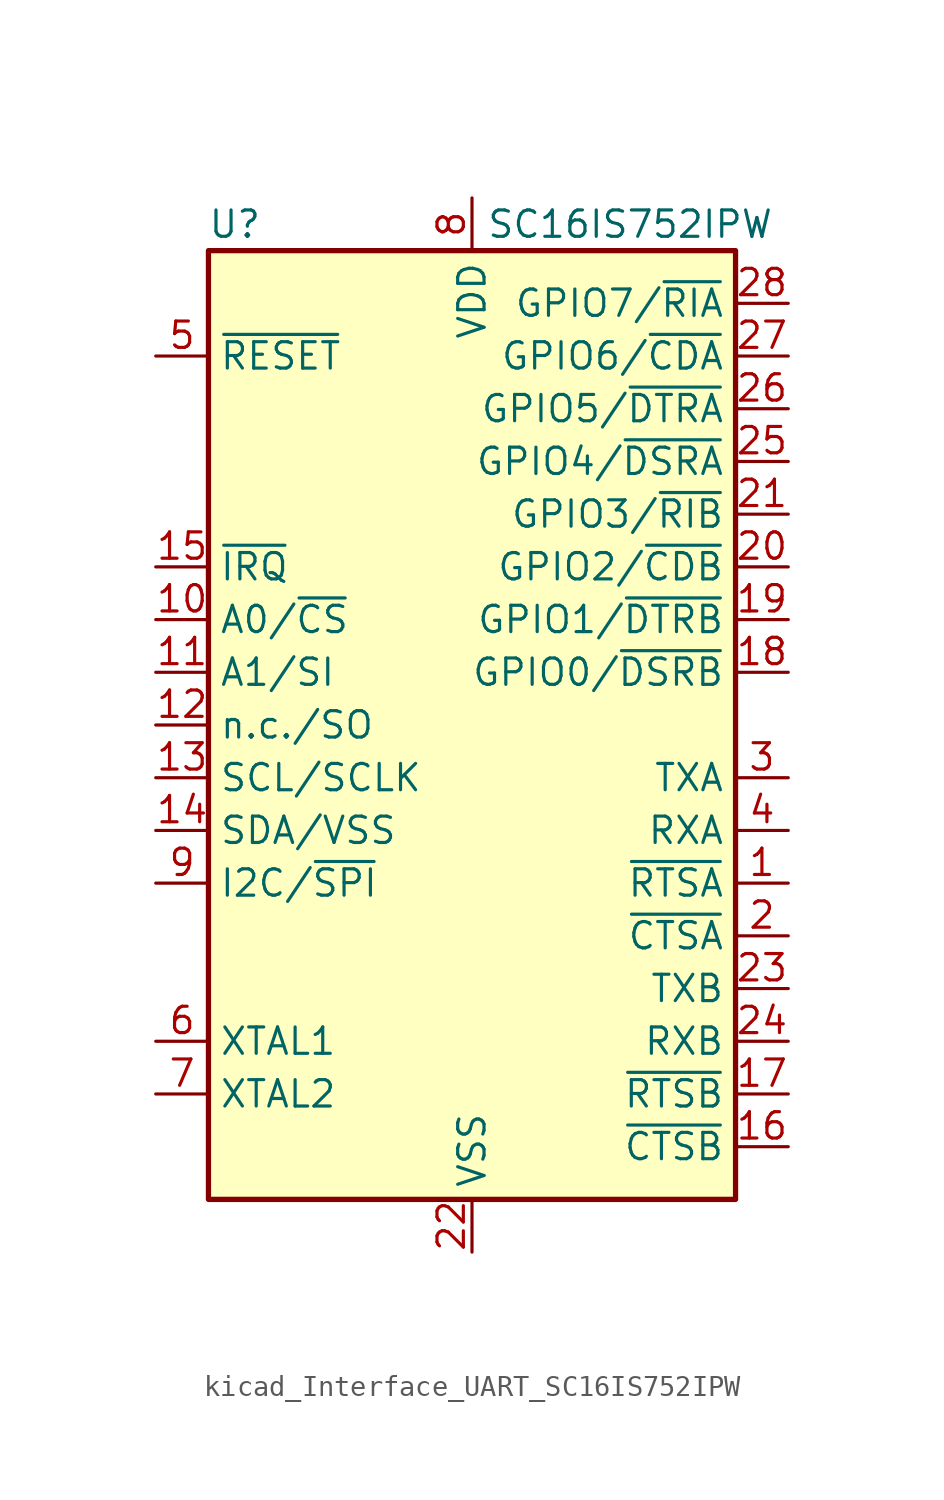
<source format=kicad_sym>
(kicad_symbol_lib
  (version 20220914)
  (generator kicad_symbol_editor)
  (symbol "kicad_Interface_UART_SC16IS752IPW"
    (property "Reference" "U"
      (at -11.43 24.13 0)
      (effects (font (size 1.27 1.27))))
    (property "Value" "SC16IS752IPW"
      (at 7.62 24.13 0)
      (effects (font (size 1.27 1.27))))
    (symbol "kicad_Interface_UART_SC16IS752IPW_0_1"
      (rectangle (start -12.7 22.86) (end 12.7 -22.86) (stroke (width 0.254) (type default)) (fill (type background))))
    (symbol "kicad_Interface_UART_SC16IS752IPW_1_1"
      (pin output line (at 15.24 -7.62 180) (length 2.54) (name "~{RTSA}" (effects (font (size 1.27 1.27)))) (number "1" (effects (font (size 1.27 1.27)))))
      (pin input line (at -15.24 5.08 0) (length 2.54) (name "A0/~{CS}" (effects (font (size 1.27 1.27)))) (number "10" (effects (font (size 1.27 1.27)))))
      (pin input line (at -15.24 2.54 0) (length 2.54) (name "A1/SI" (effects (font (size 1.27 1.27)))) (number "11" (effects (font (size 1.27 1.27)))))
      (pin output line (at -15.24 0 0) (length 2.54) (name "n.c./SO" (effects (font (size 1.27 1.27)))) (number "12" (effects (font (size 1.27 1.27)))))
      (pin input line (at -15.24 -2.54 0) (length 2.54) (name "SCL/SCLK" (effects (font (size 1.27 1.27)))) (number "13" (effects (font (size 1.27 1.27)))))
      (pin bidirectional line (at -15.24 -5.08 0) (length 2.54) (name "SDA/VSS" (effects (font (size 1.27 1.27)))) (number "14" (effects (font (size 1.27 1.27)))))
      (pin open_collector line (at -15.24 7.62 0) (length 2.54) (name "~{IRQ}" (effects (font (size 1.27 1.27)))) (number "15" (effects (font (size 1.27 1.27)))))
      (pin input line (at 15.24 -20.32 180) (length 2.54) (name "~{CTSB}" (effects (font (size 1.27 1.27)))) (number "16" (effects (font (size 1.27 1.27)))))
      (pin output line (at 15.24 -17.78 180) (length 2.54) (name "~{RTSB}" (effects (font (size 1.27 1.27)))) (number "17" (effects (font (size 1.27 1.27)))))
      (pin bidirectional line (at 15.24 2.54 180) (length 2.54) (name "GPIO0/~{DSRB}" (effects (font (size 1.27 1.27)))) (number "18" (effects (font (size 1.27 1.27)))))
      (pin bidirectional line (at 15.24 5.08 180) (length 2.54) (name "GPIO1/~{DTRB}" (effects (font (size 1.27 1.27)))) (number "19" (effects (font (size 1.27 1.27)))))
      (pin input line (at 15.24 -10.16 180) (length 2.54) (name "~{CTSA}" (effects (font (size 1.27 1.27)))) (number "2" (effects (font (size 1.27 1.27)))))
      (pin bidirectional line (at 15.24 7.62 180) (length 2.54) (name "GPIO2/~{CDB}" (effects (font (size 1.27 1.27)))) (number "20" (effects (font (size 1.27 1.27)))))
      (pin bidirectional line (at 15.24 10.16 180) (length 2.54) (name "GPIO3/~{RIB}" (effects (font (size 1.27 1.27)))) (number "21" (effects (font (size 1.27 1.27)))))
      (pin power_in line (at 0 -25.4 90) (length 2.54) (name "VSS" (effects (font (size 1.27 1.27)))) (number "22" (effects (font (size 1.27 1.27)))))
      (pin output line (at 15.24 -12.7 180) (length 2.54) (name "TXB" (effects (font (size 1.27 1.27)))) (number "23" (effects (font (size 1.27 1.27)))))
      (pin input line (at 15.24 -15.24 180) (length 2.54) (name "RXB" (effects (font (size 1.27 1.27)))) (number "24" (effects (font (size 1.27 1.27)))))
      (pin bidirectional line (at 15.24 12.7 180) (length 2.54) (name "GPIO4/~{DSRA}" (effects (font (size 1.27 1.27)))) (number "25" (effects (font (size 1.27 1.27)))))
      (pin bidirectional line (at 15.24 15.24 180) (length 2.54) (name "GPIO5/~{DTRA}" (effects (font (size 1.27 1.27)))) (number "26" (effects (font (size 1.27 1.27)))))
      (pin bidirectional line (at 15.24 17.78 180) (length 2.54) (name "GPIO6/~{CDA}" (effects (font (size 1.27 1.27)))) (number "27" (effects (font (size 1.27 1.27)))))
      (pin bidirectional line (at 15.24 20.32 180) (length 2.54) (name "GPIO7/~{RIA}" (effects (font (size 1.27 1.27)))) (number "28" (effects (font (size 1.27 1.27)))))
      (pin output line (at 15.24 -2.54 180) (length 2.54) (name "TXA" (effects (font (size 1.27 1.27)))) (number "3" (effects (font (size 1.27 1.27)))))
      (pin input line (at 15.24 -5.08 180) (length 2.54) (name "RXA" (effects (font (size 1.27 1.27)))) (number "4" (effects (font (size 1.27 1.27)))))
      (pin input line (at -15.24 17.78 0) (length 2.54) (name "~{RESET}" (effects (font (size 1.27 1.27)))) (number "5" (effects (font (size 1.27 1.27)))))
      (pin input line (at -15.24 -15.24 0) (length 2.54) (name "XTAL1" (effects (font (size 1.27 1.27)))) (number "6" (effects (font (size 1.27 1.27)))))
      (pin output line (at -15.24 -17.78 0) (length 2.54) (name "XTAL2" (effects (font (size 1.27 1.27)))) (number "7" (effects (font (size 1.27 1.27)))))
      (pin power_in line (at 0 25.4 270) (length 2.54) (name "VDD" (effects (font (size 1.27 1.27)))) (number "8" (effects (font (size 1.27 1.27)))))
      (pin input line (at -15.24 -7.62 0) (length 2.54) (name "I2C/~{SPI}" (effects (font (size 1.27 1.27)))) (number "9" (effects (font (size 1.27 1.27))))))))
</source>
